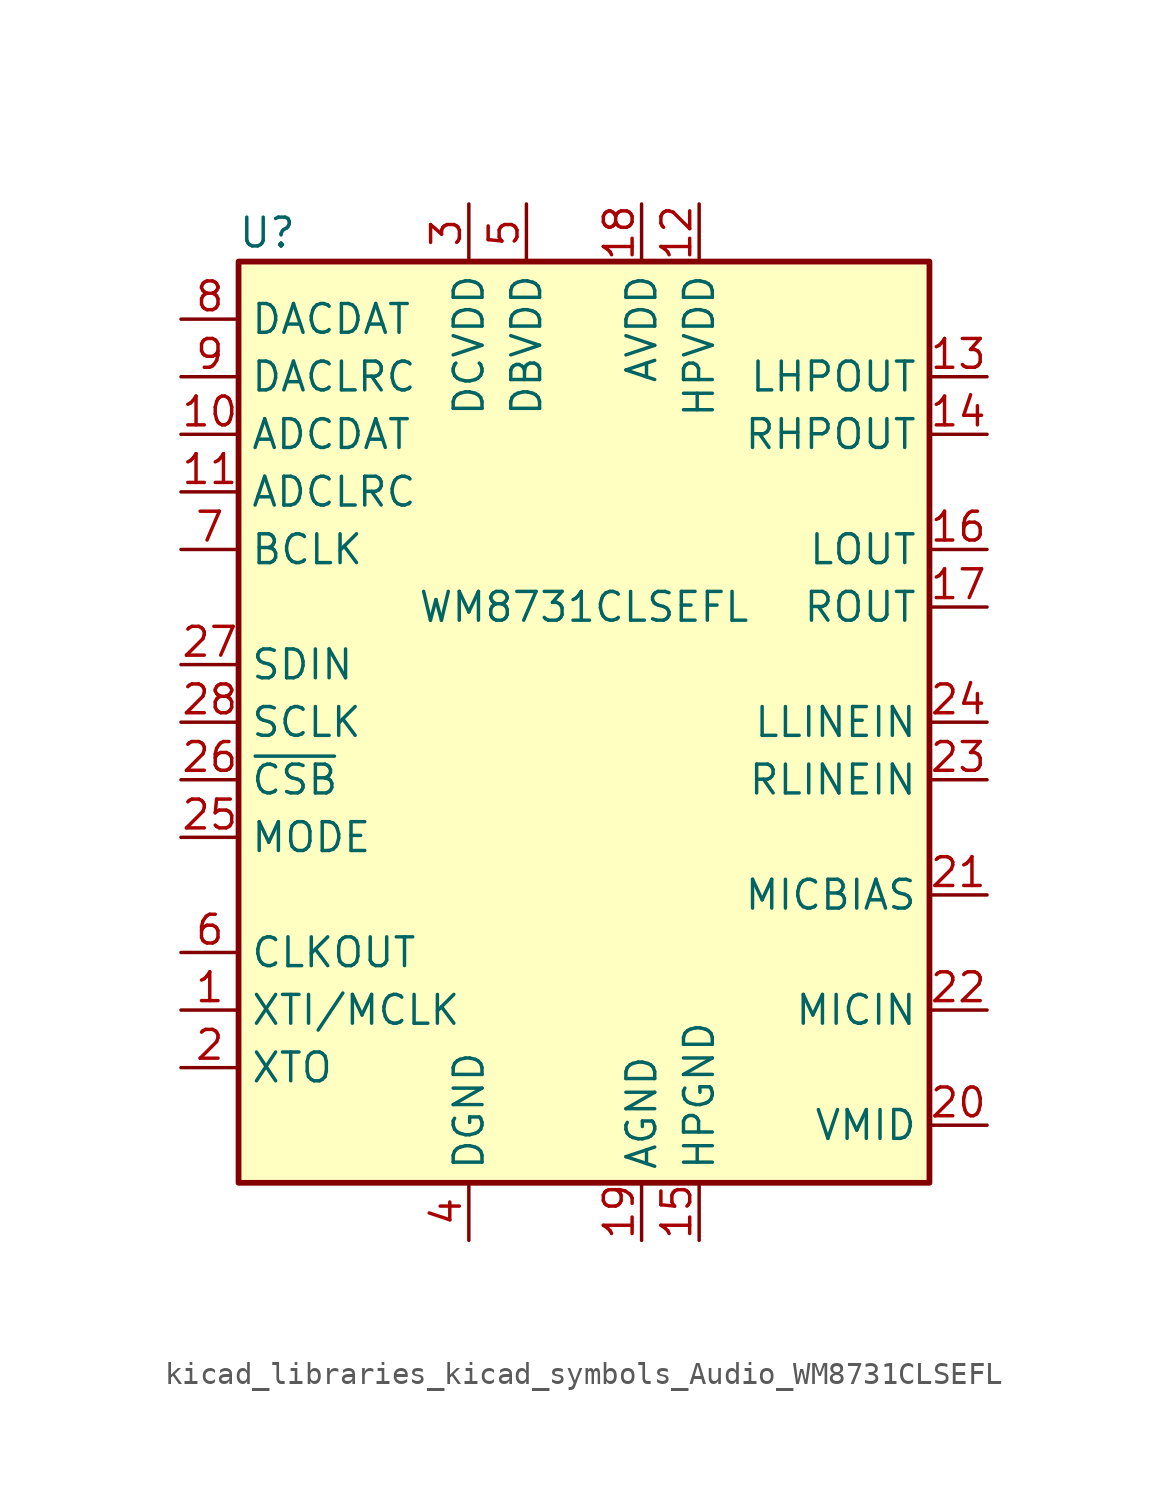
<source format=kicad_sym>
(kicad_symbol_lib
  (version 20220914)
  (generator kicad_symbol_editor)
  (symbol "kicad_libraries_kicad_symbols_Audio_WM8731CLSEFL"
    (property "Reference" "U"
      (at -13.97 21.59 0)
      (effects (font (size 1.27 1.27))))
    (property "Value" "WM8731CLSEFL"
      (at 0 5.08 0)
      (effects (font (size 1.27 1.27))))
    (symbol "kicad_libraries_kicad_symbols_Audio_WM8731CLSEFL_0_1"
      (rectangle (start -15.24 20.32) (end 15.24 -20.32) (stroke (width 0.254) (type default)) (fill (type background))))
    (symbol "kicad_libraries_kicad_symbols_Audio_WM8731CLSEFL_1_1"
      (pin input line (at -17.78 -12.7 0) (length 2.54) (name "XTI/MCLK" (effects (font (size 1.27 1.27)))) (number "1" (effects (font (size 1.27 1.27)))))
      (pin output line (at -17.78 12.7 0) (length 2.54) (name "ADCDAT" (effects (font (size 1.27 1.27)))) (number "10" (effects (font (size 1.27 1.27)))))
      (pin bidirectional line (at -17.78 10.16 0) (length 2.54) (name "ADCLRC" (effects (font (size 1.27 1.27)))) (number "11" (effects (font (size 1.27 1.27)))))
      (pin power_in line (at 5.08 22.86 270) (length 2.54) (name "HPVDD" (effects (font (size 1.27 1.27)))) (number "12" (effects (font (size 1.27 1.27)))))
      (pin output line (at 17.78 15.24 180) (length 2.54) (name "LHPOUT" (effects (font (size 1.27 1.27)))) (number "13" (effects (font (size 1.27 1.27)))))
      (pin output line (at 17.78 12.7 180) (length 2.54) (name "RHPOUT" (effects (font (size 1.27 1.27)))) (number "14" (effects (font (size 1.27 1.27)))))
      (pin power_in line (at 5.08 -22.86 90) (length 2.54) (name "HPGND" (effects (font (size 1.27 1.27)))) (number "15" (effects (font (size 1.27 1.27)))))
      (pin output line (at 17.78 7.62 180) (length 2.54) (name "LOUT" (effects (font (size 1.27 1.27)))) (number "16" (effects (font (size 1.27 1.27)))))
      (pin output line (at 17.78 5.08 180) (length 2.54) (name "ROUT" (effects (font (size 1.27 1.27)))) (number "17" (effects (font (size 1.27 1.27)))))
      (pin power_in line (at 2.54 22.86 270) (length 2.54) (name "AVDD" (effects (font (size 1.27 1.27)))) (number "18" (effects (font (size 1.27 1.27)))))
      (pin power_in line (at 2.54 -22.86 90) (length 2.54) (name "AGND" (effects (font (size 1.27 1.27)))) (number "19" (effects (font (size 1.27 1.27)))))
      (pin output line (at -17.78 -15.24 0) (length 2.54) (name "XTO" (effects (font (size 1.27 1.27)))) (number "2" (effects (font (size 1.27 1.27)))))
      (pin passive line (at 17.78 -17.78 180) (length 2.54) (name "VMID" (effects (font (size 1.27 1.27)))) (number "20" (effects (font (size 1.27 1.27)))))
      (pin output line (at 17.78 -7.62 180) (length 2.54) (name "MICBIAS" (effects (font (size 1.27 1.27)))) (number "21" (effects (font (size 1.27 1.27)))))
      (pin input line (at 17.78 -12.7 180) (length 2.54) (name "MICIN" (effects (font (size 1.27 1.27)))) (number "22" (effects (font (size 1.27 1.27)))))
      (pin input line (at 17.78 -2.54 180) (length 2.54) (name "RLINEIN" (effects (font (size 1.27 1.27)))) (number "23" (effects (font (size 1.27 1.27)))))
      (pin input line (at 17.78 0 180) (length 2.54) (name "LLINEIN" (effects (font (size 1.27 1.27)))) (number "24" (effects (font (size 1.27 1.27)))))
      (pin input line (at -17.78 -5.08 0) (length 2.54) (name "MODE" (effects (font (size 1.27 1.27)))) (number "25" (effects (font (size 1.27 1.27)))))
      (pin input line (at -17.78 -2.54 0) (length 2.54) (name "~{CSB}" (effects (font (size 1.27 1.27)))) (number "26" (effects (font (size 1.27 1.27)))))
      (pin bidirectional line (at -17.78 2.54 0) (length 2.54) (name "SDIN" (effects (font (size 1.27 1.27)))) (number "27" (effects (font (size 1.27 1.27)))))
      (pin input line (at -17.78 0 0) (length 2.54) (name "SCLK" (effects (font (size 1.27 1.27)))) (number "28" (effects (font (size 1.27 1.27)))))
      (pin passive line (at 2.54 -22.86 90) (length 2.54) hide (name "AGND" (effects (font (size 1.27 1.27)))) (number "29" (effects (font (size 1.27 1.27)))))
      (pin power_in line (at -5.08 22.86 270) (length 2.54) (name "DCVDD" (effects (font (size 1.27 1.27)))) (number "3" (effects (font (size 1.27 1.27)))))
      (pin power_in line (at -5.08 -22.86 90) (length 2.54) (name "DGND" (effects (font (size 1.27 1.27)))) (number "4" (effects (font (size 1.27 1.27)))))
      (pin power_in line (at -2.54 22.86 270) (length 2.54) (name "DBVDD" (effects (font (size 1.27 1.27)))) (number "5" (effects (font (size 1.27 1.27)))))
      (pin output line (at -17.78 -10.16 0) (length 2.54) (name "CLKOUT" (effects (font (size 1.27 1.27)))) (number "6" (effects (font (size 1.27 1.27)))))
      (pin bidirectional line (at -17.78 7.62 0) (length 2.54) (name "BCLK" (effects (font (size 1.27 1.27)))) (number "7" (effects (font (size 1.27 1.27)))))
      (pin input line (at -17.78 17.78 0) (length 2.54) (name "DACDAT" (effects (font (size 1.27 1.27)))) (number "8" (effects (font (size 1.27 1.27)))))
      (pin bidirectional line (at -17.78 15.24 0) (length 2.54) (name "DACLRC" (effects (font (size 1.27 1.27)))) (number "9" (effects (font (size 1.27 1.27))))))))
</source>
